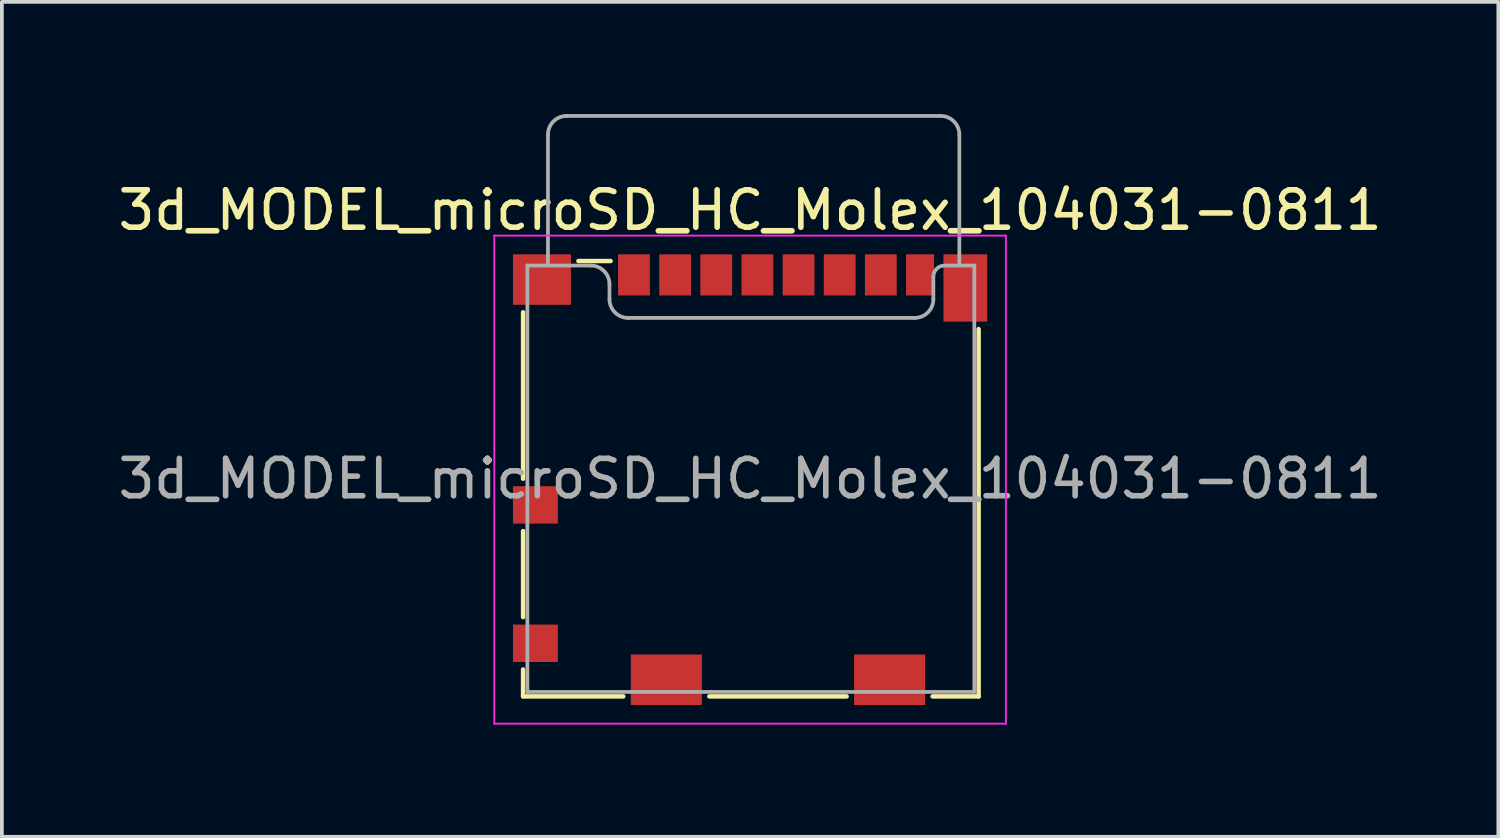
<source format=kicad_pcb>
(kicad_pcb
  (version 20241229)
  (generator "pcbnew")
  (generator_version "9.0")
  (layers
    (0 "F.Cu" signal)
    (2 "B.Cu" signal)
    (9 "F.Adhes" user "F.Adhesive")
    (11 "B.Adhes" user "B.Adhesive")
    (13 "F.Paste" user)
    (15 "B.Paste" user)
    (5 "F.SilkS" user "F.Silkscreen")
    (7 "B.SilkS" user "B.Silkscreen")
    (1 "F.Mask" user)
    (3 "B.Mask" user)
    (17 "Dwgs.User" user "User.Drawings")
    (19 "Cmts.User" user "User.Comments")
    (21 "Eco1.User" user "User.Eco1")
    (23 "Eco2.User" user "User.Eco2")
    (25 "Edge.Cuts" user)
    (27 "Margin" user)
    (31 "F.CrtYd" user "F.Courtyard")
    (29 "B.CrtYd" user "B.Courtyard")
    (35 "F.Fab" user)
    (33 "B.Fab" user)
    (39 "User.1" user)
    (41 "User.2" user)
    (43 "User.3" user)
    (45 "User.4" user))
  (footprint "3d_MODEL_microSD_HC_Molex_104031-0811"
    (layer "F.Cu")
    (at 17.006 9.75)
    (property "Reference" "3d_MODEL_microSD_HC_Molex_104031-0811" (at 0 -7.18 0) (layer "F.SilkS") (effects (font (size 1 1) (thickness 0.15))))
    (attr smd)
    (fp_line (start -6.07 -4.45) (end -6.07 0) (stroke (width 0.12) (type solid)) (layer "F.SilkS"))
    (fp_line (start -6.07 1.4) (end -6.07 3.7) (stroke (width 0.12) (type solid)) (layer "F.SilkS"))
    (fp_line (start -6.07 5.1) (end -6.07 5.82) (stroke (width 0.12) (type solid)) (layer "F.SilkS"))
    (fp_line (start -6.07 5.82) (end -3.39 5.82) (stroke (width 0.12) (type solid)) (layer "F.SilkS"))
    (fp_line (start -4.59 -5.82) (end -3.73 -5.82) (stroke (width 0.12) (type solid)) (layer "F.SilkS"))
    (fp_line (start -1.09 5.82) (end 2.58 5.82) (stroke (width 0.12) (type solid)) (layer "F.SilkS"))
    (fp_line (start 4.88 5.82) (end 6.11 5.82) (stroke (width 0.12) (type solid)) (layer "F.SilkS"))
    (fp_line (start 6.11 5.82) (end 6.11 -4) (stroke (width 0.12) (type solid)) (layer "F.SilkS"))
    (fp_line (start -6.84 -6.5) (end 6.84 -6.5) (stroke (width 0.05) (type solid)) (layer "F.CrtYd"))
    (fp_line (start -6.84 6.55) (end -6.84 -6.5) (stroke (width 0.05) (type solid)) (layer "F.CrtYd"))
    (fp_line (start 6.84 -6.5) (end 6.84 6.55) (stroke (width 0.05) (type solid)) (layer "F.CrtYd"))
    (fp_line (start 6.84 6.55) (end -6.84 6.55) (stroke (width 0.05) (type solid)) (layer "F.CrtYd"))
    (fp_line (start -5.955 -5.7) (end -5.955 5.7) (stroke (width 0.1) (type solid)) (layer "F.Fab"))
    (fp_line (start -5.955 -5.7) (end -4.26 -5.7) (stroke (width 0.1) (type solid)) (layer "F.Fab"))
    (fp_line (start -5.405 -9.2) (end -5.405 -5.7) (stroke (width 0.1) (type solid)) (layer "F.Fab"))
    (fp_line (start -4.905 -9.7) (end 5.095 -9.7) (stroke (width 0.1) (type solid)) (layer "F.Fab"))
    (fp_line (start -3.76 -4.8) (end -3.76 -5.2) (stroke (width 0.1) (type solid)) (layer "F.Fab"))
    (fp_line (start 4.4 -4.3) (end -3.26 -4.3) (stroke (width 0.1) (type solid)) (layer "F.Fab"))
    (fp_line (start 4.9 -5.4) (end 4.9 -4.8) (stroke (width 0.1) (type solid)) (layer "F.Fab"))
    (fp_line (start 5.595 -5.7) (end 5.595 -9.2) (stroke (width 0.1) (type solid)) (layer "F.Fab"))
    (fp_line (start 5.995 -5.7) (end 5.21 -5.7) (stroke (width 0.1) (type solid)) (layer "F.Fab"))
    (fp_line (start 5.995 5.7) (end -5.955 5.7) (stroke (width 0.1) (type solid)) (layer "F.Fab"))
    (fp_line (start 5.995 5.7) (end 5.995 -5.7) (stroke (width 0.1) (type solid)) (layer "F.Fab"))
    (fp_arc (start -5.405 -9.2) (mid -5.258553 -9.553553) (end -4.905 -9.7) (stroke (width 0.1) (type solid)) (layer "F.Fab"))
    (fp_arc (start -4.26 -5.7) (mid -3.906447 -5.553553) (end -3.76 -5.2) (stroke (width 0.1) (type solid)) (layer "F.Fab"))
    (fp_arc (start -3.26 -4.3) (mid -3.613553 -4.446447) (end -3.76 -4.8) (stroke (width 0.1) (type solid)) (layer "F.Fab"))
    (fp_arc (start 4.9 -5.4) (mid 4.987868 -5.612132) (end 5.2 -5.7) (stroke (width 0.1) (type solid)) (layer "F.Fab"))
    (fp_arc (start 4.9 -4.8) (mid 4.753553 -4.446447) (end 4.4 -4.3) (stroke (width 0.1) (type solid)) (layer "F.Fab"))
    (fp_arc (start 5.095 -9.7) (mid 5.448553 -9.553553) (end 5.595 -9.2) (stroke (width 0.1) (type solid)) (layer "F.Fab"))
    (fp_text user "${REFERENCE}" (at 0 0 0) (layer "F.Fab") (effects (font (size 1 1) (thickness 0.15))))
    (pad "1" smd rect (at -3.105 -5.45) (size 0.85 1.1) (layers "F.Cu" "F.Mask" "F.Paste"))
    (pad "2" smd rect (at -2.005 -5.45) (size 0.85 1.1) (layers "F.Cu" "F.Mask" "F.Paste"))
    (pad "3" smd rect (at -0.905 -5.45) (size 0.85 1.1) (layers "F.Cu" "F.Mask" "F.Paste"))
    (pad "4" smd rect (at 0.195 -5.45) (size 0.85 1.1) (layers "F.Cu" "F.Mask" "F.Paste"))
    (pad "5" smd rect (at 1.295 -5.45) (size 0.85 1.1) (layers "F.Cu" "F.Mask" "F.Paste"))
    (pad "6" smd rect (at 2.395 -5.45) (size 0.85 1.1) (layers "F.Cu" "F.Mask" "F.Paste"))
    (pad "7" smd rect (at 3.495 -5.45) (size 0.85 1.1) (layers "F.Cu" "F.Mask" "F.Paste"))
    (pad "8" smd rect (at 4.545 -5.45) (size 0.75 1.1) (layers "F.Cu" "F.Mask" "F.Paste"))
    (pad "9" smd rect (at -5.74 0.7) (size 1.2 1) (layers "F.Cu" "F.Mask" "F.Paste"))
    (pad "10" smd rect (at -5.74 4.4) (size 1.2 1) (layers "F.Cu" "F.Mask" "F.Paste"))
    (pad "11" smd rect (at -5.565 -5.325) (size 1.55 1.35) (layers "F.Cu" "F.Mask" "F.Paste"))
    (pad "11" smd rect (at -2.24 5.375) (size 1.9 1.35) (layers "F.Cu" "F.Mask" "F.Paste"))
    (pad "11" smd rect (at 3.73 5.375) (size 1.9 1.35) (layers "F.Cu" "F.Mask" "F.Paste"))
    (pad "11" smd rect (at 5.755 -5.1) (size 1.17 1.8) (layers "F.Cu" "F.Mask" "F.Paste")))
  (gr_rect
    (start -3 -3)
    (end 37.012 19.325)
    (stroke (width 0.1) (type default))
    (fill no)
    (layer "Edge.Cuts")))
</source>
